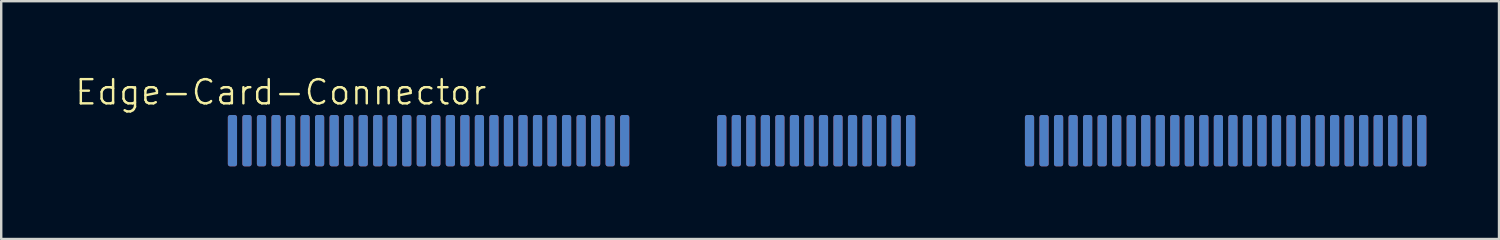
<source format=kicad_pcb>
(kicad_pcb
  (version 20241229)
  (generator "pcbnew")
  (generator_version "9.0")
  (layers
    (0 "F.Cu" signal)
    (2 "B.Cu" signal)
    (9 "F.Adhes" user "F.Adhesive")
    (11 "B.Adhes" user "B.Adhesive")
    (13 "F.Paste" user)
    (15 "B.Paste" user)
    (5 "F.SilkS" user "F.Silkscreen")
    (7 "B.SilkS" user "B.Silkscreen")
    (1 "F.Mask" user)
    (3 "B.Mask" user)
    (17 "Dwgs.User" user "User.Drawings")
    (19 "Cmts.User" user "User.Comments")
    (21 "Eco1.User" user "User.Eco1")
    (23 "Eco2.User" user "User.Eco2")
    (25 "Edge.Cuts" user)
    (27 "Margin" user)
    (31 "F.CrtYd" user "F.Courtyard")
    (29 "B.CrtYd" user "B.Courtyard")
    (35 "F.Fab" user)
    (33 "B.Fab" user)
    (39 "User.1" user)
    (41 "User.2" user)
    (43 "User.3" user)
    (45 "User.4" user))
  (footprint "Edge-Card-Connector"
    (layer "F.Cu")
    (at 6.55 2.76)
    (property "Reference" "Edge-Card-Connector" (at 2 -2 0) (unlocked yes) (layer "F.SilkS") (effects (font (size 1 1) (thickness 0.1))))
    (attr smd)
    (pad "A1" smd roundrect (at 0 0) (size 0.38 2.12) (layers "B.Cu" "B.Mask" "B.Paste") (roundrect_rratio 0.25))
    (pad "A2" smd roundrect (at 0.6 0) (size 0.38 2.12) (layers "B.Cu" "B.Mask" "B.Paste") (roundrect_rratio 0.25))
    (pad "A3" smd roundrect (at 1.2 0) (size 0.38 2.12) (layers "B.Cu" "B.Mask" "B.Paste") (roundrect_rratio 0.25))
    (pad "A4" smd roundrect (at 1.8 0) (size 0.38 2.12) (layers "B.Cu" "B.Mask" "B.Paste") (roundrect_rratio 0.25))
    (pad "A5" smd roundrect (at 2.4 0) (size 0.38 2.12) (layers "B.Cu" "B.Mask" "B.Paste") (roundrect_rratio 0.25))
    (pad "A6" smd roundrect (at 3 0) (size 0.38 2.12) (layers "B.Cu" "B.Mask" "B.Paste") (roundrect_rratio 0.25))
    (pad "A7" smd roundrect (at 3.6 0) (size 0.38 2.12) (layers "B.Cu" "B.Mask" "B.Paste") (roundrect_rratio 0.25))
    (pad "A8" smd roundrect (at 4.2 0) (size 0.38 2.12) (layers "B.Cu" "B.Mask" "B.Paste") (roundrect_rratio 0.25))
    (pad "A9" smd roundrect (at 4.8 0) (size 0.38 2.12) (layers "B.Cu" "B.Mask" "B.Paste") (roundrect_rratio 0.25))
    (pad "A10" smd roundrect (at 5.4 0) (size 0.38 2.12) (layers "B.Cu" "B.Mask" "B.Paste") (roundrect_rratio 0.25))
    (pad "A11" smd roundrect (at 6 0) (size 0.38 2.12) (layers "B.Cu" "B.Mask" "B.Paste") (roundrect_rratio 0.25))
    (pad "A12" smd roundrect (at 6.6 0) (size 0.38 2.12) (layers "B.Cu" "B.Mask" "B.Paste") (roundrect_rratio 0.25))
    (pad "A13" smd roundrect (at 7.2 0) (size 0.38 2.12) (layers "B.Cu" "B.Mask" "B.Paste") (roundrect_rratio 0.25))
    (pad "A14" smd roundrect (at 7.8 0) (size 0.38 2.12) (layers "B.Cu" "B.Mask" "B.Paste") (roundrect_rratio 0.25))
    (pad "A15" smd roundrect (at 8.4 0) (size 0.38 2.12) (layers "B.Cu" "B.Mask" "B.Paste") (roundrect_rratio 0.25))
    (pad "A16" smd roundrect (at 9 0) (size 0.38 2.12) (layers "B.Cu" "B.Mask" "B.Paste") (roundrect_rratio 0.25))
    (pad "A17" smd roundrect (at 9.6 0) (size 0.38 2.12) (layers "B.Cu" "B.Mask" "B.Paste") (roundrect_rratio 0.25))
    (pad "A18" smd roundrect (at 10.2 0) (size 0.38 2.12) (layers "B.Cu" "B.Mask" "B.Paste") (roundrect_rratio 0.25))
    (pad "A19" smd roundrect (at 10.8 0) (size 0.38 2.12) (layers "B.Cu" "B.Mask" "B.Paste") (roundrect_rratio 0.25))
    (pad "A20" smd roundrect (at 11.4 0) (size 0.38 2.12) (layers "B.Cu" "B.Mask" "B.Paste") (roundrect_rratio 0.25))
    (pad "A21" smd roundrect (at 12 0) (size 0.38 2.12) (layers "B.Cu" "B.Mask" "B.Paste") (roundrect_rratio 0.25))
    (pad "A22" smd roundrect (at 12.6 0) (size 0.38 2.12) (layers "B.Cu" "B.Mask" "B.Paste") (roundrect_rratio 0.25))
    (pad "A23" smd roundrect (at 13.2 0) (size 0.38 2.12) (layers "B.Cu" "B.Mask" "B.Paste") (roundrect_rratio 0.25))
    (pad "A24" smd roundrect (at 13.8 0) (size 0.38 2.12) (layers "B.Cu" "B.Mask" "B.Paste") (roundrect_rratio 0.25))
    (pad "A25" smd roundrect (at 14.4 0) (size 0.38 2.12) (layers "B.Cu" "B.Mask" "B.Paste") (roundrect_rratio 0.25))
    (pad "A26" smd roundrect (at 15 0) (size 0.38 2.12) (layers "B.Cu" "B.Mask" "B.Paste") (roundrect_rratio 0.25))
    (pad "A27" smd roundrect (at 15.6 0) (size 0.38 2.12) (layers "B.Cu" "B.Mask" "B.Paste") (roundrect_rratio 0.25))
    (pad "A28" smd roundrect (at 16.2 0) (size 0.38 2.12) (layers "B.Cu" "B.Mask" "B.Paste") (roundrect_rratio 0.25))
    (pad "A29" smd roundrect (at 20.21 0) (size 0.38 2.12) (layers "B.Cu" "B.Mask" "B.Paste") (roundrect_rratio 0.25))
    (pad "A30" smd roundrect (at 20.81 0) (size 0.38 2.12) (layers "B.Cu" "B.Mask" "B.Paste") (roundrect_rratio 0.25))
    (pad "A31" smd roundrect (at 21.41 0) (size 0.38 2.12) (layers "B.Cu" "B.Mask" "B.Paste") (roundrect_rratio 0.25))
    (pad "A32" smd roundrect (at 22.01 0) (size 0.38 2.12) (layers "B.Cu" "B.Mask" "B.Paste") (roundrect_rratio 0.25))
    (pad "A33" smd roundrect (at 22.61 0) (size 0.38 2.12) (layers "B.Cu" "B.Mask" "B.Paste") (roundrect_rratio 0.25))
    (pad "A34" smd roundrect (at 23.21 0) (size 0.38 2.12) (layers "B.Cu" "B.Mask" "B.Paste") (roundrect_rratio 0.25))
    (pad "A35" smd roundrect (at 23.81 0) (size 0.38 2.12) (layers "B.Cu" "B.Mask" "B.Paste") (roundrect_rratio 0.25))
    (pad "A36" smd roundrect (at 24.41 0) (size 0.38 2.12) (layers "B.Cu" "B.Mask" "B.Paste") (roundrect_rratio 0.25))
    (pad "A37" smd roundrect (at 25.01 0) (size 0.38 2.12) (layers "B.Cu" "B.Mask" "B.Paste") (roundrect_rratio 0.25))
    (pad "A38" smd roundrect (at 25.61 0) (size 0.38 2.12) (layers "B.Cu" "B.Mask" "B.Paste") (roundrect_rratio 0.25))
    (pad "A39" smd roundrect (at 26.21 0) (size 0.38 2.12) (layers "B.Cu" "B.Mask" "B.Paste") (roundrect_rratio 0.25))
    (pad "A40" smd roundrect (at 26.81 0) (size 0.38 2.12) (layers "B.Cu" "B.Mask" "B.Paste") (roundrect_rratio 0.25))
    (pad "A41" smd roundrect (at 27.41 0) (size 0.38 2.12) (layers "B.Cu" "B.Mask" "B.Paste") (roundrect_rratio 0.25))
    (pad "A42" smd roundrect (at 28.01 0) (size 0.38 2.12) (layers "B.Cu" "B.Mask" "B.Paste") (roundrect_rratio 0.25))
    (pad "A43" smd roundrect (at 32.92 0) (size 0.38 2.12) (layers "B.Cu" "B.Mask" "B.Paste") (roundrect_rratio 0.25))
    (pad "A44" smd roundrect (at 33.52 0) (size 0.38 2.12) (layers "B.Cu" "B.Mask" "B.Paste") (roundrect_rratio 0.25))
    (pad "A45" smd roundrect (at 34.12 0) (size 0.38 2.12) (layers "B.Cu" "B.Mask" "B.Paste") (roundrect_rratio 0.25))
    (pad "A46" smd roundrect (at 34.72 0) (size 0.38 2.12) (layers "B.Cu" "B.Mask" "B.Paste") (roundrect_rratio 0.25))
    (pad "A47" smd roundrect (at 35.32 0) (size 0.38 2.12) (layers "B.Cu" "B.Mask" "B.Paste") (roundrect_rratio 0.25))
    (pad "A48" smd roundrect (at 35.92 0) (size 0.38 2.12) (layers "B.Cu" "B.Mask" "B.Paste") (roundrect_rratio 0.25))
    (pad "A49" smd roundrect (at 36.52 0) (size 0.38 2.12) (layers "B.Cu" "B.Mask" "B.Paste") (roundrect_rratio 0.25))
    (pad "A50" smd roundrect (at 37.12 0) (size 0.38 2.12) (layers "B.Cu" "B.Mask" "B.Paste") (roundrect_rratio 0.25))
    (pad "A51" smd roundrect (at 37.72 0) (size 0.38 2.12) (layers "B.Cu" "B.Mask" "B.Paste") (roundrect_rratio 0.25))
    (pad "A52" smd roundrect (at 38.32 0) (size 0.38 2.12) (layers "B.Cu" "B.Mask" "B.Paste") (roundrect_rratio 0.25))
    (pad "A53" smd roundrect (at 38.92 0) (size 0.38 2.12) (layers "B.Cu" "B.Mask" "B.Paste") (roundrect_rratio 0.25))
    (pad "A54" smd roundrect (at 39.52 0) (size 0.38 2.12) (layers "B.Cu" "B.Mask" "B.Paste") (roundrect_rratio 0.25))
    (pad "A55" smd roundrect (at 40.12 0) (size 0.38 2.12) (layers "B.Cu" "B.Mask" "B.Paste") (roundrect_rratio 0.25))
    (pad "A56" smd roundrect (at 40.72 0) (size 0.38 2.12) (layers "B.Cu" "B.Mask" "B.Paste") (roundrect_rratio 0.25))
    (pad "A57" smd roundrect (at 41.32 0) (size 0.38 2.12) (layers "B.Cu" "B.Mask" "B.Paste") (roundrect_rratio 0.25))
    (pad "A58" smd roundrect (at 41.92 0) (size 0.38 2.12) (layers "B.Cu" "B.Mask" "B.Paste") (roundrect_rratio 0.25))
    (pad "A59" smd roundrect (at 42.52 0) (size 0.38 2.12) (layers "B.Cu" "B.Mask" "B.Paste") (roundrect_rratio 0.25))
    (pad "A60" smd roundrect (at 43.12 0) (size 0.38 2.12) (layers "B.Cu" "B.Mask" "B.Paste") (roundrect_rratio 0.25))
    (pad "A61" smd roundrect (at 43.72 0) (size 0.38 2.12) (layers "B.Cu" "B.Mask" "B.Paste") (roundrect_rratio 0.25))
    (pad "A62" smd roundrect (at 44.32 0) (size 0.38 2.12) (layers "B.Cu" "B.Mask" "B.Paste") (roundrect_rratio 0.25))
    (pad "A63" smd roundrect (at 44.92 0) (size 0.38 2.12) (layers "B.Cu" "B.Mask" "B.Paste") (roundrect_rratio 0.25))
    (pad "A64" smd roundrect (at 45.52 0) (size 0.38 2.12) (layers "B.Cu" "B.Mask" "B.Paste") (roundrect_rratio 0.25))
    (pad "A65" smd roundrect (at 46.12 0) (size 0.38 2.12) (layers "B.Cu" "B.Mask" "B.Paste") (roundrect_rratio 0.25))
    (pad "A66" smd roundrect (at 46.72 0) (size 0.38 2.12) (layers "B.Cu" "B.Mask" "B.Paste") (roundrect_rratio 0.25))
    (pad "A67" smd roundrect (at 47.32 0) (size 0.38 2.12) (layers "B.Cu" "B.Mask" "B.Paste") (roundrect_rratio 0.25))
    (pad "A68" smd roundrect (at 47.92 0) (size 0.38 2.12) (layers "B.Cu" "B.Mask" "B.Paste") (roundrect_rratio 0.25))
    (pad "A69" smd roundrect (at 48.52 0) (size 0.38 2.12) (layers "B.Cu" "B.Mask" "B.Paste") (roundrect_rratio 0.25))
    (pad "A70" smd roundrect (at 49.12 0) (size 0.38 2.12) (layers "B.Cu" "B.Mask" "B.Paste") (roundrect_rratio 0.25))
    (pad "B1" smd roundrect (at 0 0) (size 0.38 2.12) (layers "F.Cu" "F.Mask" "F.Paste") (roundrect_rratio 0.25))
    (pad "B2" smd roundrect (at 0.6 0) (size 0.38 2.12) (layers "F.Cu" "F.Mask" "F.Paste") (roundrect_rratio 0.25))
    (pad "B3" smd roundrect (at 1.2 0) (size 0.38 2.12) (layers "F.Cu" "F.Mask" "F.Paste") (roundrect_rratio 0.25))
    (pad "B4" smd roundrect (at 1.8 0) (size 0.38 2.12) (layers "F.Cu" "F.Mask" "F.Paste") (roundrect_rratio 0.25))
    (pad "B5" smd roundrect (at 2.4 0) (size 0.38 2.12) (layers "F.Cu" "F.Mask" "F.Paste") (roundrect_rratio 0.25))
    (pad "B6" smd roundrect (at 3 0) (size 0.38 2.12) (layers "F.Cu" "F.Mask" "F.Paste") (roundrect_rratio 0.25))
    (pad "B7" smd roundrect (at 3.6 0) (size 0.38 2.12) (layers "F.Cu" "F.Mask" "F.Paste") (roundrect_rratio 0.25))
    (pad "B8" smd roundrect (at 4.2 0) (size 0.38 2.12) (layers "F.Cu" "F.Mask" "F.Paste") (roundrect_rratio 0.25))
    (pad "B9" smd roundrect (at 4.8 0) (size 0.38 2.12) (layers "F.Cu" "F.Mask" "F.Paste") (roundrect_rratio 0.25))
    (pad "B10" smd roundrect (at 5.4 0) (size 0.38 2.12) (layers "F.Cu" "F.Mask" "F.Paste") (roundrect_rratio 0.25))
    (pad "B11" smd roundrect (at 6 0) (size 0.38 2.12) (layers "F.Cu" "F.Mask" "F.Paste") (roundrect_rratio 0.25))
    (pad "B12" smd roundrect (at 6.6 0) (size 0.38 2.12) (layers "F.Cu" "F.Mask" "F.Paste") (roundrect_rratio 0.25))
    (pad "B13" smd roundrect (at 7.2 0) (size 0.38 2.12) (layers "F.Cu" "F.Mask" "F.Paste") (roundrect_rratio 0.25))
    (pad "B14" smd roundrect (at 7.8 0) (size 0.38 2.12) (layers "F.Cu" "F.Mask" "F.Paste") (roundrect_rratio 0.25))
    (pad "B15" smd roundrect (at 8.4 0) (size 0.38 2.12) (layers "F.Cu" "F.Mask" "F.Paste") (roundrect_rratio 0.25))
    (pad "B16" smd roundrect (at 9 0) (size 0.38 2.12) (layers "F.Cu" "F.Mask" "F.Paste") (roundrect_rratio 0.25))
    (pad "B17" smd roundrect (at 9.6 0) (size 0.38 2.12) (layers "F.Cu" "F.Mask" "F.Paste") (roundrect_rratio 0.25))
    (pad "B18" smd roundrect (at 10.2 0) (size 0.38 2.12) (layers "F.Cu" "F.Mask" "F.Paste") (roundrect_rratio 0.25))
    (pad "B19" smd roundrect (at 10.8 0) (size 0.38 2.12) (layers "F.Cu" "F.Mask" "F.Paste") (roundrect_rratio 0.25))
    (pad "B20" smd roundrect (at 11.4 0) (size 0.38 2.12) (layers "F.Cu" "F.Mask" "F.Paste") (roundrect_rratio 0.25))
    (pad "B21" smd roundrect (at 12 0) (size 0.38 2.12) (layers "F.Cu" "F.Mask" "F.Paste") (roundrect_rratio 0.25))
    (pad "B22" smd roundrect (at 12.6 0) (size 0.38 2.12) (layers "F.Cu" "F.Mask" "F.Paste") (roundrect_rratio 0.25))
    (pad "B23" smd roundrect (at 13.2 0) (size 0.38 2.12) (layers "F.Cu" "F.Mask" "F.Paste") (roundrect_rratio 0.25))
    (pad "B24" smd roundrect (at 13.8 0) (size 0.38 2.12) (layers "F.Cu" "F.Mask" "F.Paste") (roundrect_rratio 0.25))
    (pad "B25" smd roundrect (at 14.4 0) (size 0.38 2.12) (layers "F.Cu" "F.Mask" "F.Paste") (roundrect_rratio 0.25))
    (pad "B26" smd roundrect (at 15 0) (size 0.38 2.12) (layers "F.Cu" "F.Mask" "F.Paste") (roundrect_rratio 0.25))
    (pad "B27" smd roundrect (at 15.6 0) (size 0.38 2.12) (layers "F.Cu" "F.Mask" "F.Paste") (roundrect_rratio 0.25))
    (pad "B28" smd roundrect (at 16.2 0) (size 0.38 2.12) (layers "F.Cu" "F.Mask" "F.Paste") (roundrect_rratio 0.25))
    (pad "B29" smd roundrect (at 20.21 0) (size 0.38 2.12) (layers "F.Cu" "F.Mask" "F.Paste") (roundrect_rratio 0.25))
    (pad "B30" smd roundrect (at 20.81 0) (size 0.38 2.12) (layers "F.Cu" "F.Mask" "F.Paste") (roundrect_rratio 0.25))
    (pad "B31" smd roundrect (at 21.41 0) (size 0.38 2.12) (layers "F.Cu" "F.Mask" "F.Paste") (roundrect_rratio 0.25))
    (pad "B32" smd roundrect (at 22.01 0) (size 0.38 2.12) (layers "F.Cu" "F.Mask" "F.Paste") (roundrect_rratio 0.25))
    (pad "B33" smd roundrect (at 22.61 0) (size 0.38 2.12) (layers "F.Cu" "F.Mask" "F.Paste") (roundrect_rratio 0.25))
    (pad "B34" smd roundrect (at 23.21 0) (size 0.38 2.12) (layers "F.Cu" "F.Mask" "F.Paste") (roundrect_rratio 0.25))
    (pad "B35" smd roundrect (at 23.81 0) (size 0.38 2.12) (layers "F.Cu" "F.Mask" "F.Paste") (roundrect_rratio 0.25))
    (pad "B36" smd roundrect (at 24.41 0) (size 0.38 2.12) (layers "F.Cu" "F.Mask" "F.Paste") (roundrect_rratio 0.25))
    (pad "B37" smd roundrect (at 25.01 0) (size 0.38 2.12) (layers "F.Cu" "F.Mask" "F.Paste") (roundrect_rratio 0.25))
    (pad "B38" smd roundrect (at 25.61 0) (size 0.38 2.12) (layers "F.Cu" "F.Mask" "F.Paste") (roundrect_rratio 0.25))
    (pad "B39" smd roundrect (at 26.21 0) (size 0.38 2.12) (layers "F.Cu" "F.Mask" "F.Paste") (roundrect_rratio 0.25))
    (pad "B40" smd roundrect (at 26.81 0) (size 0.38 2.12) (layers "F.Cu" "F.Mask" "F.Paste") (roundrect_rratio 0.25))
    (pad "B41" smd roundrect (at 27.41 0) (size 0.38 2.12) (layers "F.Cu" "F.Mask" "F.Paste") (roundrect_rratio 0.25))
    (pad "B42" smd roundrect (at 28.01 0) (size 0.38 2.12) (layers "F.Cu" "F.Mask" "F.Paste") (roundrect_rratio 0.25))
    (pad "B43" smd roundrect (at 32.92 0) (size 0.38 2.12) (layers "F.Cu" "F.Mask" "F.Paste") (roundrect_rratio 0.25))
    (pad "B44" smd roundrect (at 33.52 0) (size 0.38 2.12) (layers "F.Cu" "F.Mask" "F.Paste") (roundrect_rratio 0.25))
    (pad "B45" smd roundrect (at 34.12 0) (size 0.38 2.12) (layers "F.Cu" "F.Mask" "F.Paste") (roundrect_rratio 0.25))
    (pad "B46" smd roundrect (at 34.72 0) (size 0.38 2.12) (layers "F.Cu" "F.Mask" "F.Paste") (roundrect_rratio 0.25))
    (pad "B47" smd roundrect (at 35.32 0) (size 0.38 2.12) (layers "F.Cu" "F.Mask" "F.Paste") (roundrect_rratio 0.25))
    (pad "B48" smd roundrect (at 35.92 0) (size 0.38 2.12) (layers "F.Cu" "F.Mask" "F.Paste") (roundrect_rratio 0.25))
    (pad "B49" smd roundrect (at 36.52 0) (size 0.38 2.12) (layers "F.Cu" "F.Mask" "F.Paste") (roundrect_rratio 0.25))
    (pad "B50" smd roundrect (at 37.12 0) (size 0.38 2.12) (layers "F.Cu" "F.Mask" "F.Paste") (roundrect_rratio 0.25))
    (pad "B51" smd roundrect (at 37.72 0) (size 0.38 2.12) (layers "F.Cu" "F.Mask" "F.Paste") (roundrect_rratio 0.25))
    (pad "B52" smd roundrect (at 38.32 0) (size 0.38 2.12) (layers "F.Cu" "F.Mask" "F.Paste") (roundrect_rratio 0.25))
    (pad "B53" smd roundrect (at 38.92 0) (size 0.38 2.12) (layers "F.Cu" "F.Mask" "F.Paste") (roundrect_rratio 0.25))
    (pad "B54" smd roundrect (at 39.52 0) (size 0.38 2.12) (layers "F.Cu" "F.Mask" "F.Paste") (roundrect_rratio 0.25))
    (pad "B55" smd roundrect (at 40.12 0) (size 0.38 2.12) (layers "F.Cu" "F.Mask" "F.Paste") (roundrect_rratio 0.25))
    (pad "B56" smd roundrect (at 40.72 0) (size 0.38 2.12) (layers "F.Cu" "F.Mask" "F.Paste") (roundrect_rratio 0.25))
    (pad "B57" smd roundrect (at 41.32 0) (size 0.38 2.12) (layers "F.Cu" "F.Mask" "F.Paste") (roundrect_rratio 0.25))
    (pad "B58" smd roundrect (at 41.92 0) (size 0.38 2.12) (layers "F.Cu" "F.Mask" "F.Paste") (roundrect_rratio 0.25))
    (pad "B59" smd roundrect (at 42.52 0) (size 0.38 2.12) (layers "F.Cu" "F.Mask" "F.Paste") (roundrect_rratio 0.25))
    (pad "B60" smd roundrect (at 43.12 0) (size 0.38 2.12) (layers "F.Cu" "F.Mask" "F.Paste") (roundrect_rratio 0.25))
    (pad "B61" smd roundrect (at 43.72 0) (size 0.38 2.12) (layers "F.Cu" "F.Mask" "F.Paste") (roundrect_rratio 0.25))
    (pad "B62" smd roundrect (at 44.32 0) (size 0.38 2.12) (layers "F.Cu" "F.Mask" "F.Paste") (roundrect_rratio 0.25))
    (pad "B63" smd roundrect (at 44.92 0) (size 0.38 2.12) (layers "F.Cu" "F.Mask" "F.Paste") (roundrect_rratio 0.25))
    (pad "B64" smd roundrect (at 45.52 0) (size 0.38 2.12) (layers "F.Cu" "F.Mask" "F.Paste") (roundrect_rratio 0.25))
    (pad "B65" smd roundrect (at 46.12 0) (size 0.38 2.12) (layers "F.Cu" "F.Mask" "F.Paste") (roundrect_rratio 0.25))
    (pad "B66" smd roundrect (at 46.72 0) (size 0.38 2.12) (layers "F.Cu" "F.Mask" "F.Paste") (roundrect_rratio 0.25))
    (pad "B67" smd roundrect (at 47.32 0) (size 0.38 2.12) (layers "F.Cu" "F.Mask" "F.Paste") (roundrect_rratio 0.25))
    (pad "B68" smd roundrect (at 47.92 0) (size 0.38 2.12) (layers "F.Cu" "F.Mask" "F.Paste") (roundrect_rratio 0.25))
    (pad "B69" smd roundrect (at 48.52 0) (size 0.38 2.12) (layers "F.Cu" "F.Mask" "F.Paste") (roundrect_rratio 0.25))
    (pad "B70" smd roundrect (at 49.12 0) (size 0.38 2.12) (layers "F.Cu" "F.Mask" "F.Paste") (roundrect_rratio 0.25)))
  (gr_rect
    (start -3 -3)
    (end 58.86 6.821)
    (stroke (width 0.1) (type default))
    (fill no)
    (layer "Edge.Cuts")))
</source>
